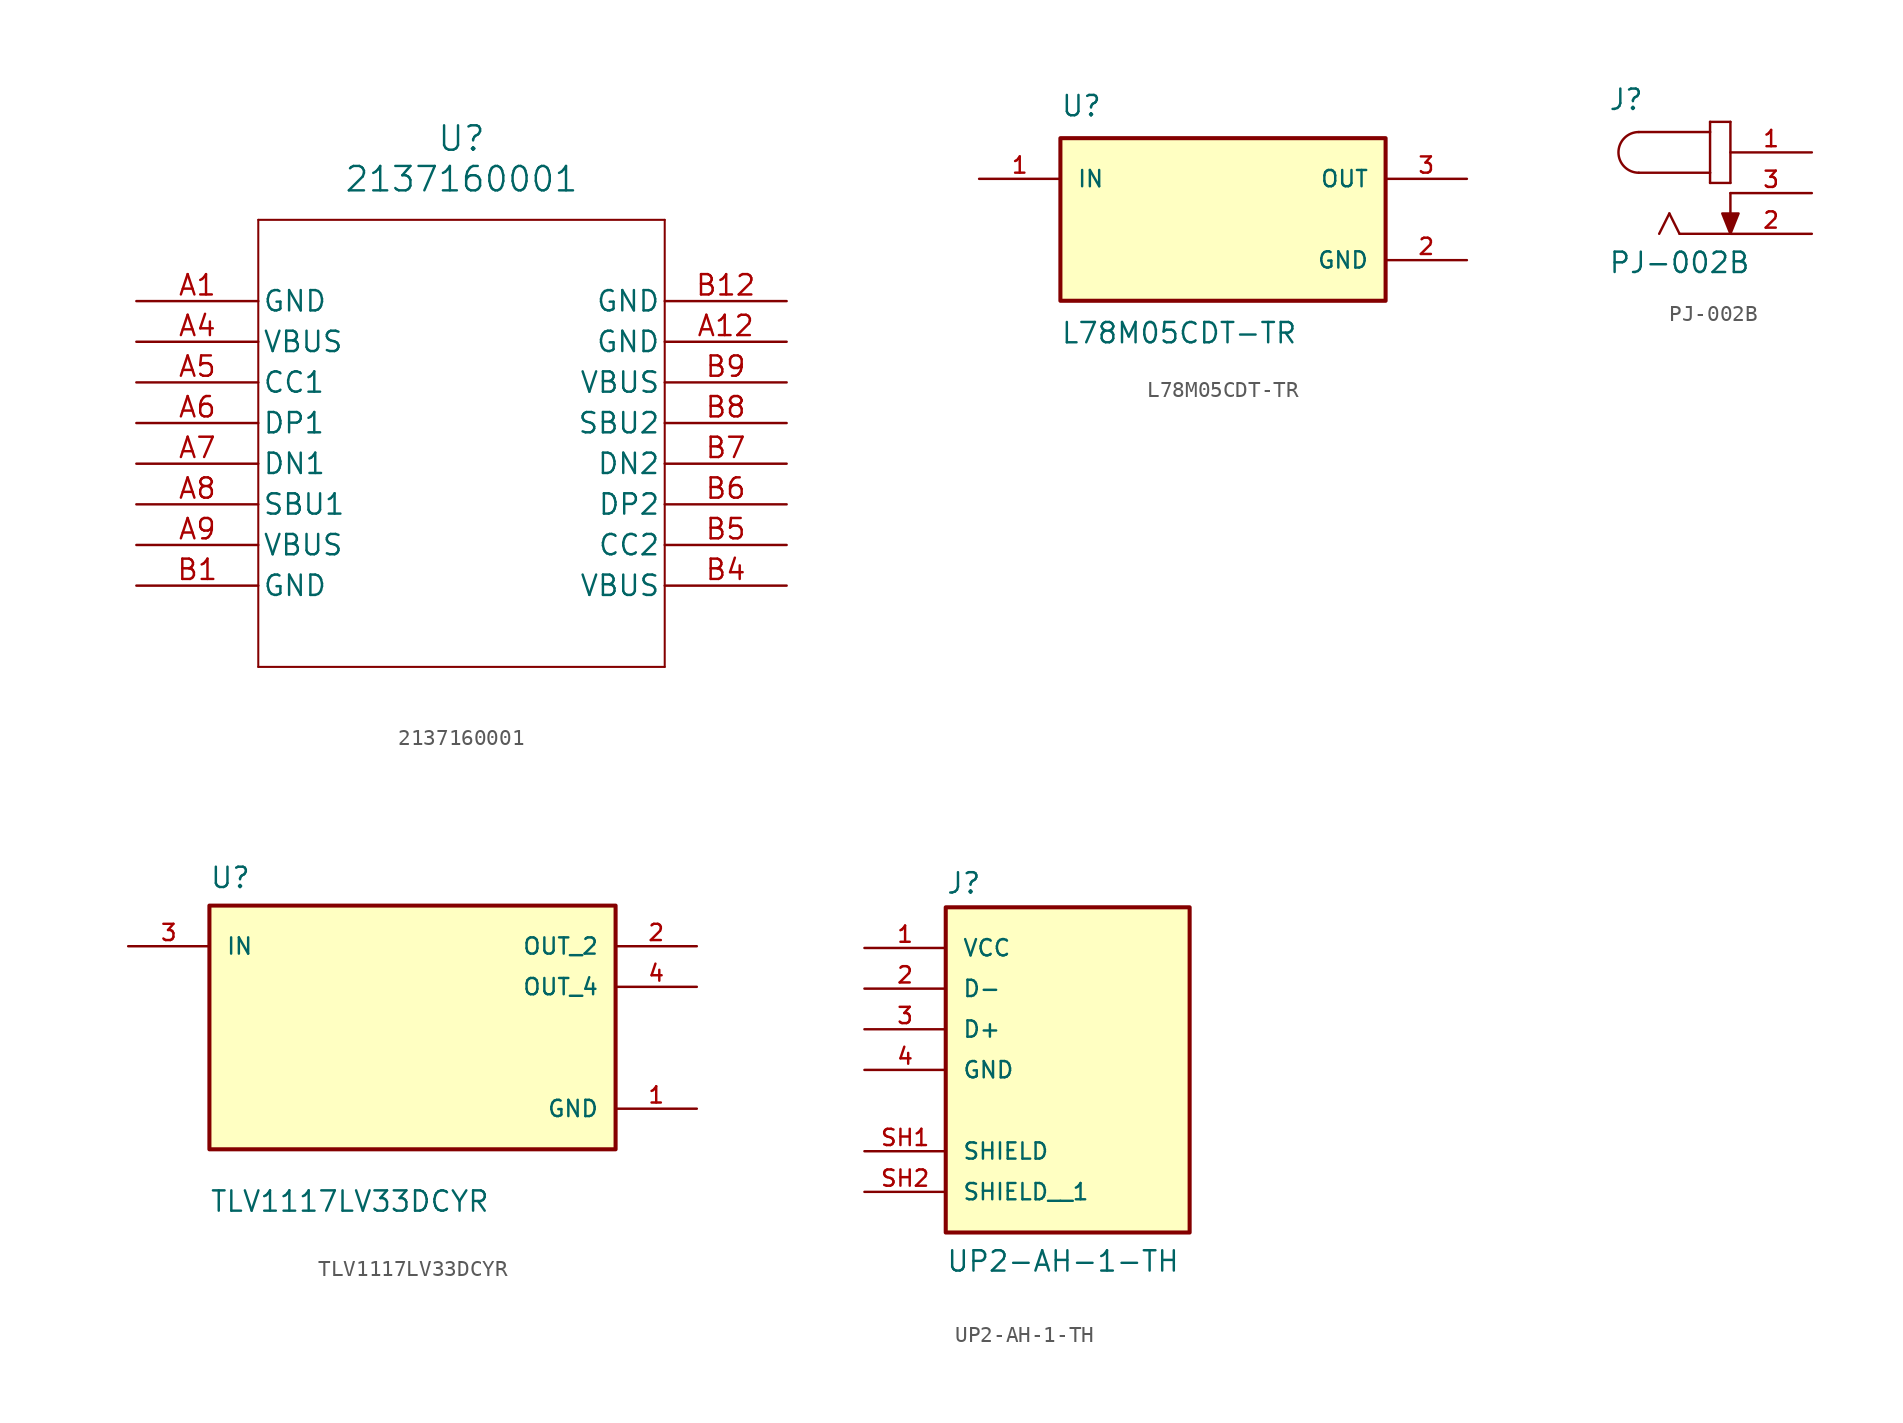
<source format=kicad_sym>
(kicad_symbol_lib
  (version 20231120)
  (generator "kicad_symbol_editor")
  (generator_version "8.0")
  (symbol "2137160001"
    (pin_names
      (offset 0.254))
    (property "Reference" "U"
      (at 20.32 10.16 0)
      (effects (font (size 1.524 1.524))))
    (property "Value" "2137160001"
      (at 20.32 7.62 0)
      (effects (font (size 1.524 1.524))))
    (property "ki_locked" ""
      (at 0 0 0)
      (effects (font (size 1.27 1.27))))
    (symbol "2137160001_1_1"
      (polyline (pts (xy 7.62 -22.86) (xy 33.02 -22.86)) (stroke (width 0.127) (type default)) (fill (type none)))
      (polyline (pts (xy 7.62 5.08) (xy 7.62 -22.86)) (stroke (width 0.127) (type default)) (fill (type none)))
      (polyline (pts (xy 33.02 -22.86) (xy 33.02 5.08)) (stroke (width 0.127) (type default)) (fill (type none)))
      (polyline (pts (xy 33.02 5.08) (xy 7.62 5.08)) (stroke (width 0.127) (type default)) (fill (type none)))
      (pin power_out line (at 0 0 0) (length 7.62) (name "GND" (effects (font (size 1.27 1.27)))) (number "A1" (effects (font (size 1.27 1.27)))))
      (pin power_out line (at 40.64 -2.54 180) (length 7.62) (name "GND" (effects (font (size 1.27 1.27)))) (number "A12" (effects (font (size 1.27 1.27)))))
      (pin power_in line (at 0 -2.54 0) (length 7.62) (name "VBUS" (effects (font (size 1.27 1.27)))) (number "A4" (effects (font (size 1.27 1.27)))))
      (pin bidirectional line (at 0 -5.08 0) (length 7.62) (name "CC1" (effects (font (size 1.27 1.27)))) (number "A5" (effects (font (size 1.27 1.27)))))
      (pin bidirectional line (at 0 -7.62 0) (length 7.62) (name "DP1" (effects (font (size 1.27 1.27)))) (number "A6" (effects (font (size 1.27 1.27)))))
      (pin bidirectional line (at 0 -10.16 0) (length 7.62) (name "DN1" (effects (font (size 1.27 1.27)))) (number "A7" (effects (font (size 1.27 1.27)))))
      (pin bidirectional line (at 0 -12.7 0) (length 7.62) (name "SBU1" (effects (font (size 1.27 1.27)))) (number "A8" (effects (font (size 1.27 1.27)))))
      (pin power_in line (at 0 -15.24 0) (length 7.62) (name "VBUS" (effects (font (size 1.27 1.27)))) (number "A9" (effects (font (size 1.27 1.27)))))
      (pin power_out line (at 0 -17.78 0) (length 7.62) (name "GND" (effects (font (size 1.27 1.27)))) (number "B1" (effects (font (size 1.27 1.27)))))
      (pin power_out line (at 40.64 0 180) (length 7.62) (name "GND" (effects (font (size 1.27 1.27)))) (number "B12" (effects (font (size 1.27 1.27)))))
      (pin power_in line (at 40.64 -17.78 180) (length 7.62) (name "VBUS" (effects (font (size 1.27 1.27)))) (number "B4" (effects (font (size 1.27 1.27)))))
      (pin bidirectional line (at 40.64 -15.24 180) (length 7.62) (name "CC2" (effects (font (size 1.27 1.27)))) (number "B5" (effects (font (size 1.27 1.27)))))
      (pin bidirectional line (at 40.64 -12.7 180) (length 7.62) (name "DP2" (effects (font (size 1.27 1.27)))) (number "B6" (effects (font (size 1.27 1.27)))))
      (pin bidirectional line (at 40.64 -10.16 180) (length 7.62) (name "DN2" (effects (font (size 1.27 1.27)))) (number "B7" (effects (font (size 1.27 1.27)))))
      (pin bidirectional line (at 40.64 -7.62 180) (length 7.62) (name "SBU2" (effects (font (size 1.27 1.27)))) (number "B8" (effects (font (size 1.27 1.27)))))
      (pin power_in line (at 40.64 -5.08 180) (length 7.62) (name "VBUS" (effects (font (size 1.27 1.27)))) (number "B9" (effects (font (size 1.27 1.27)))))))
  (symbol "L78M05CDT-TR"
    (pin_names
      (offset 1.016))
    (property "Reference" "U"
      (at -10.16 6.35 0)
      (effects (font (size 1.27 1.27)) (justify left bottom)))
    (property "Value" "L78M05CDT-TR"
      (at -10.16 -6.35 0)
      (effects (font (size 1.27 1.27)) (justify left top)))
    (symbol "L78M05CDT-TR_0_0"
      (rectangle (start -10.16 5.08) (end 10.16 -5.08) (stroke (width 0.254) (type default)) (fill (type background)))
      (pin input line (at -15.24 2.54 0) (length 5.08) (name "IN" (effects (font (size 1.016 1.016)))) (number "1" (effects (font (size 1.016 1.016)))))
      (pin power_in line (at 15.24 -2.54 180) (length 5.08) (name "GND" (effects (font (size 1.016 1.016)))) (number "2" (effects (font (size 1.016 1.016)))))
      (pin output line (at 15.24 2.54 180) (length 5.08) (name "OUT" (effects (font (size 1.016 1.016)))) (number "3" (effects (font (size 1.016 1.016)))))))
  (symbol "PJ-002B"
    (pin_names
      (offset 1.016))
    (property "Reference" "J"
      (at -7.634 5.089 0)
      (effects (font (size 1.27 1.27)) (justify left bottom)))
    (property "Value" "PJ-002B"
      (at -7.627 -5.085 0)
      (effects (font (size 1.27 1.27)) (justify left bottom)))
    (symbol "PJ-002B_0_0"
      (arc (start -5.715 3.81) (mid -6.9794 2.54) (end -5.715 1.27) (stroke (width 0.1524) (type default)) (fill (type none)))
      (polyline (pts (xy -5.715 3.81) (xy -1.27 3.81)) (stroke (width 0.152) (type default)) (fill (type none)))
      (polyline (pts (xy -3.81 -1.27) (xy -4.445 -2.54)) (stroke (width 0.152) (type default)) (fill (type none)))
      (polyline (pts (xy -3.175 -2.54) (xy -3.81 -1.27)) (stroke (width 0.152) (type default)) (fill (type none)))
      (polyline (pts (xy -1.27 0.635) (xy 0 0.635)) (stroke (width 0.152) (type default)) (fill (type none)))
      (polyline (pts (xy -1.27 1.27) (xy -5.715 1.27)) (stroke (width 0.152) (type default)) (fill (type none)))
      (polyline (pts (xy -1.27 1.27) (xy -1.27 0.635)) (stroke (width 0.152) (type default)) (fill (type none)))
      (polyline (pts (xy -1.27 3.81) (xy -1.27 1.27)) (stroke (width 0.152) (type default)) (fill (type none)))
      (polyline (pts (xy -1.27 4.445) (xy -1.27 3.81)) (stroke (width 0.152) (type default)) (fill (type none)))
      (polyline (pts (xy 0 -2.54) (xy -3.175 -2.54)) (stroke (width 0.152) (type default)) (fill (type none)))
      (polyline (pts (xy 0 0) (xy 0 -2.54)) (stroke (width 0.152) (type default)) (fill (type none)))
      (polyline (pts (xy 0 0.635) (xy 0 4.445)) (stroke (width 0.152) (type default)) (fill (type none)))
      (polyline (pts (xy 0 4.445) (xy -1.27 4.445)) (stroke (width 0.152) (type default)) (fill (type none)))
      (polyline (pts (xy 0 -2.54) (xy -0.508 -1.27) (xy 0.508 -1.27) (xy 0 -2.54)) (stroke (width 0.152) (type default)) (fill (type outline)))
      (pin passive line (at 5.08 2.54 180) (length 5.08) (name "~" (effects (font (size 1.016 1.016)))) (number "1" (effects (font (size 1.016 1.016)))))
      (pin passive line (at 5.08 -2.54 180) (length 5.08) (name "~" (effects (font (size 1.016 1.016)))) (number "2" (effects (font (size 1.016 1.016)))))
      (pin passive line (at 5.08 0 180) (length 5.08) (name "~" (effects (font (size 1.016 1.016)))) (number "3" (effects (font (size 1.016 1.016)))))))
  (symbol "TLV1117LV33DCYR"
    (pin_names
      (offset 1.016))
    (property "Reference" "U"
      (at -12.7 8.62 0)
      (effects (font (size 1.27 1.27)) (justify left bottom)))
    (property "Value" "TLV1117LV33DCYR"
      (at -12.7 -11.62 0)
      (effects (font (size 1.27 1.27)) (justify left bottom)))
    (symbol "TLV1117LV33DCYR_0_0"
      (rectangle (start -12.7 -7.62) (end 12.7 7.62) (stroke (width 0.254) (type default)) (fill (type background)))
      (pin power_in line (at 17.78 -5.08 180) (length 5.08) (name "GND" (effects (font (size 1.016 1.016)))) (number "1" (effects (font (size 1.016 1.016)))))
      (pin output line (at 17.78 5.08 180) (length 5.08) (name "OUT_2" (effects (font (size 1.016 1.016)))) (number "2" (effects (font (size 1.016 1.016)))))
      (pin input line (at -17.78 5.08 0) (length 5.08) (name "IN" (effects (font (size 1.016 1.016)))) (number "3" (effects (font (size 1.016 1.016)))))
      (pin output line (at 17.78 2.54 180) (length 5.08) (name "OUT_4" (effects (font (size 1.016 1.016)))) (number "4" (effects (font (size 1.016 1.016)))))))
  (symbol "UP2-AH-1-TH"
    (pin_names
      (offset 1.016))
    (property "Reference" "J"
      (at -7.62 8.382 0)
      (effects (font (size 1.27 1.27)) (justify left bottom)))
    (property "Value" "UP2-AH-1-TH"
      (at -7.62 -15.24 0)
      (effects (font (size 1.27 1.27)) (justify left bottom)))
    (symbol "UP2-AH-1-TH_0_0"
      (rectangle (start -7.62 -12.7) (end 7.62 7.62) (stroke (width 0.254) (type default)) (fill (type background)))
      (pin power_in line (at -12.7 5.08 0) (length 5.08) (name "VCC" (effects (font (size 1.016 1.016)))) (number "1" (effects (font (size 1.016 1.016)))))
      (pin bidirectional line (at -12.7 2.54 0) (length 5.08) (name "D-" (effects (font (size 1.016 1.016)))) (number "2" (effects (font (size 1.016 1.016)))))
      (pin bidirectional line (at -12.7 0 0) (length 5.08) (name "D+" (effects (font (size 1.016 1.016)))) (number "3" (effects (font (size 1.016 1.016)))))
      (pin power_in line (at -12.7 -2.54 0) (length 5.08) (name "GND" (effects (font (size 1.016 1.016)))) (number "4" (effects (font (size 1.016 1.016)))))
      (pin passive line (at -12.7 -7.62 0) (length 5.08) (name "SHIELD" (effects (font (size 1.016 1.016)))) (number "SH1" (effects (font (size 1.016 1.016)))))
      (pin passive line (at -12.7 -10.16 0) (length 5.08) (name "SHIELD__1" (effects (font (size 1.016 1.016)))) (number "SH2" (effects (font (size 1.016 1.016))))))))
</source>
